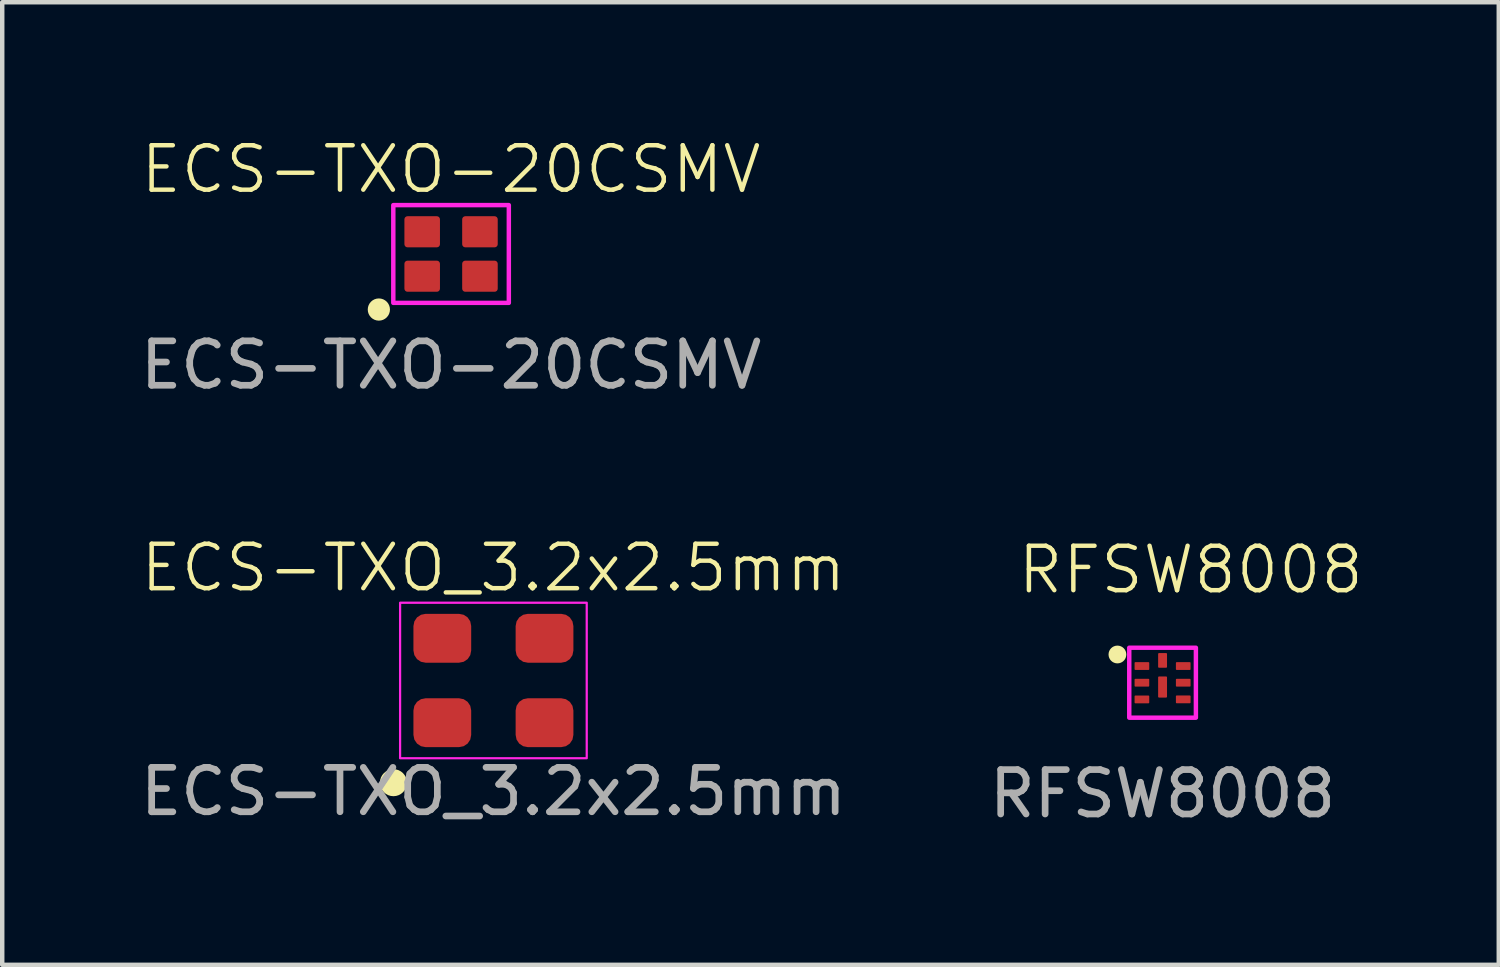
<source format=kicad_pcb>
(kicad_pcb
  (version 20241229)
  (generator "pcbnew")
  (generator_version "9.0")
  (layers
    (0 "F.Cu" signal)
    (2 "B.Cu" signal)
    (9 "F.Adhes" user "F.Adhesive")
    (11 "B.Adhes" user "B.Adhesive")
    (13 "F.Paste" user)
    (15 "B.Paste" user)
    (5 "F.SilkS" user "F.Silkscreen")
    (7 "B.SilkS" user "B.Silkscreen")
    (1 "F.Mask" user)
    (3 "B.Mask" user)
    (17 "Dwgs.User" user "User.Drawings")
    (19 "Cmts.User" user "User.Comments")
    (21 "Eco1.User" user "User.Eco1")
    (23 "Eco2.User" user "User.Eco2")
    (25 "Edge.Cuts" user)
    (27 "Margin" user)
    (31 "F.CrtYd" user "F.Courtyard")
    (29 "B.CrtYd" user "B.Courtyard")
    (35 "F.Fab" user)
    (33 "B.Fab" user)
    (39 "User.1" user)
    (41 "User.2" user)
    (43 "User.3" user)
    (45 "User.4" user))
  (footprint "RFSW8008"
    (layer "F.Cu")
    (at 23.113 12.314)
    (property "Reference" "RFSW8008" (at 0.635 -2.54 0) (unlocked yes) (layer "F.SilkS") (effects (font (size 1 1) (thickness 0.1))))
    (attr smd)
    (fp_circle (center -1.016 -0.635) (end -1.016 -0.635) (stroke (width 0.2) (type default)) (fill no) (layer "F.SilkS"))
    (fp_rect (start -0.75 -0.787) (end 0.75 0.787) (stroke (width 0.1) (type default)) (fill no) (layer "F.CrtYd"))
    (fp_text user "${REFERENCE}" (at 0 2.5 0) (unlocked yes) (layer "F.Fab") (effects (font (size 1 1) (thickness 0.15))))
    (pad "1" smd roundrect (at -0.465 -0.375) (size 0.33 0.175) (layers "F.Cu" "F.Mask" "F.Paste") (roundrect_rratio 0.1))
    (pad "2" smd roundrect (at -0.465 0) (size 0.33 0.175) (layers "F.Cu" "F.Mask" "F.Paste") (roundrect_rratio 0.1))
    (pad "3" smd roundrect (at -0.465 0.376) (size 0.33 0.175) (layers "F.Cu" "F.Mask" "F.Paste") (roundrect_rratio 0.1))
    (pad "4" smd roundrect (at 0.465 0.375) (size 0.33 0.175) (layers "F.Cu" "F.Mask" "F.Paste") (roundrect_rratio 0.1))
    (pad "5" smd roundrect (at 0.465 0) (size 0.33 0.175) (layers "F.Cu" "F.Mask" "F.Paste") (roundrect_rratio 0.1))
    (pad "6" smd roundrect (at 0.465 -0.375) (size 0.33 0.175) (layers "F.Cu" "F.Mask" "F.Paste") (roundrect_rratio 0.1))
    (pad "7" smd roundrect (at 0 -0.502) (size 0.2 0.33) (layers "F.Cu" "F.Mask" "F.Paste") (roundrect_rratio 0.1))
    (pad "8" smd roundrect (at 0 0.097) (size 0.2 0.475) (layers "F.Cu" "F.Mask" "F.Paste") (roundrect_rratio 0.1)))
  (footprint "ECS-TXO_3.2x2.5mm"
    (layer "F.Cu")
    (at 8.054 12.264)
    (property "Reference" "ECS-TXO_3.2x2.5mm" (at 0 -1.95 0) (unlocked yes) (layer "F.SilkS") (effects (font (size 1 1) (thickness 0.1)) (justify bottom)))
    (attr smd)
    (fp_circle (center -2.25 2.3) (end -1.95 2.25) (stroke (width 0) (type solid)) (fill yes) (layer "F.SilkS"))
    (fp_rect (start -2.1 -1.75) (end 2.1 1.75) (stroke (width 0.05) (type default)) (fill no) (layer "F.CrtYd"))
    (fp_text user "${REFERENCE}" (at 0 2.5 0) (unlocked yes) (layer "F.Fab") (effects (font (size 1 1) (thickness 0.15))))
    (pad "1" smd roundrect (at -1.15 0.95) (size 1.3 1.1) (layers "F.Cu" "F.Mask" "F.Paste") (roundrect_rratio 0.25))
    (pad "2" smd roundrect (at 1.15 0.95) (size 1.3 1.1) (layers "F.Cu" "F.Mask" "F.Paste") (roundrect_rratio 0.25))
    (pad "3" smd roundrect (at 1.15 -0.95) (size 1.3 1.1) (layers "F.Cu" "F.Mask" "F.Paste") (roundrect_rratio 0.25))
    (pad "4" smd roundrect (at -1.15 -0.95) (size 1.3 1.1) (layers "F.Cu" "F.Mask" "F.Paste") (roundrect_rratio 0.25)))
  (footprint "ECS-TXO-20CSMV"
    (layer "F.Cu")
    (at 7.101 2.666)
    (property "Reference" "ECS-TXO-20CSMV" (at 0 -1.905 0) (unlocked yes) (layer "F.SilkS") (effects (font (size 1 1) (thickness 0.1))))
    (attr smd)
    (fp_circle (center -1.625 1.25) (end -1.5 1.25) (stroke (width 0.25) (type default)) (fill no) (layer "F.SilkS"))
    (fp_rect (start -1.3 -1.1) (end 1.3 1.1) (stroke (width 0.1) (type default)) (fill no) (layer "F.CrtYd"))
    (fp_text user "${REFERENCE}" (at 0 2.5 0) (unlocked yes) (layer "F.Fab") (effects (font (size 1 1) (thickness 0.15))))
    (pad "1" smd roundrect (at -0.65 0.5) (size 0.8 0.7) (layers "F.Cu" "F.Mask" "F.Paste") (roundrect_rratio 0.1))
    (pad "2" smd roundrect (at 0.65 0.5) (size 0.8 0.7) (layers "F.Cu" "F.Mask" "F.Paste") (roundrect_rratio 0.1))
    (pad "3" smd roundrect (at 0.65 -0.5) (size 0.8 0.7) (layers "F.Cu" "F.Mask" "F.Paste") (roundrect_rratio 0.1))
    (pad "4" smd roundrect (at -0.65 -0.5) (size 0.8 0.7) (layers "F.Cu" "F.Mask" "F.Paste") (roundrect_rratio 0.1)))
  (gr_rect
    (start -3 -3)
    (end 30.679 18.663)
    (stroke (width 0.1) (type default))
    (fill no)
    (layer "Edge.Cuts")))
</source>
